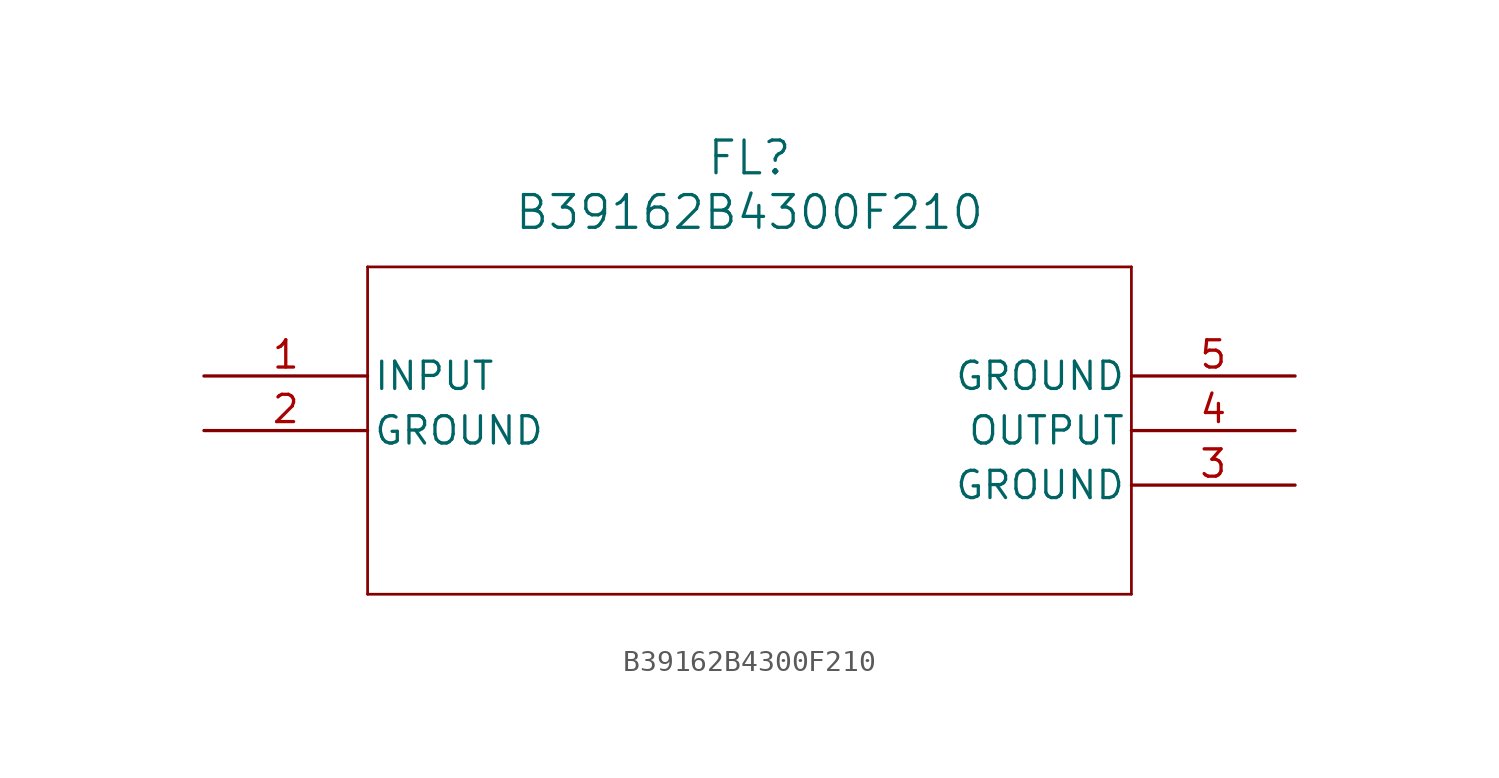
<source format=kicad_sym>
(kicad_symbol_lib
  (version 20211014)
  (generator kicad_symbol_editor)
  (symbol "B39162B4300F210"
    (pin_names
      (offset 0.254))
    (property "Reference" "FL"
      (at 25.4 10.16 0)
      (effects (font (size 1.524 1.524))))
    (property "Value" "B39162B4300F210"
      (at 25.4 7.62 0)
      (effects (font (size 1.524 1.524))))
    (symbol "B39162B4300F210_0_1"
      (polyline (pts (xy 7.62 5.08) (xy 7.62 -10.16)) (stroke (width 0.127) (type default) (color 0 0 0 0)) (fill (type none)))
      (polyline (pts (xy 7.62 -10.16) (xy 43.18 -10.16)) (stroke (width 0.127) (type default) (color 0 0 0 0)) (fill (type none)))
      (polyline (pts (xy 43.18 -10.16) (xy 43.18 5.08)) (stroke (width 0.127) (type default) (color 0 0 0 0)) (fill (type none)))
      (polyline (pts (xy 43.18 5.08) (xy 7.62 5.08)) (stroke (width 0.127) (type default) (color 0 0 0 0)) (fill (type none)))
      (pin input line (at 0 0 0) (length 7.62) (name "INPUT" (effects (font (size 1.27 1.27)))) (number "1" (effects (font (size 1.27 1.27)))))
      (pin power_out line (at 0 -2.54 0) (length 7.62) (name "GROUND" (effects (font (size 1.27 1.27)))) (number "2" (effects (font (size 1.27 1.27)))))
      (pin power_out line (at 50.8 -5.08 180) (length 7.62) (name "GROUND" (effects (font (size 1.27 1.27)))) (number "3" (effects (font (size 1.27 1.27)))))
      (pin output line (at 50.8 -2.54 180) (length 7.62) (name "OUTPUT" (effects (font (size 1.27 1.27)))) (number "4" (effects (font (size 1.27 1.27)))))
      (pin power_out line (at 50.8 0 180) (length 7.62) (name "GROUND" (effects (font (size 1.27 1.27)))) (number "5" (effects (font (size 1.27 1.27))))))))
</source>
